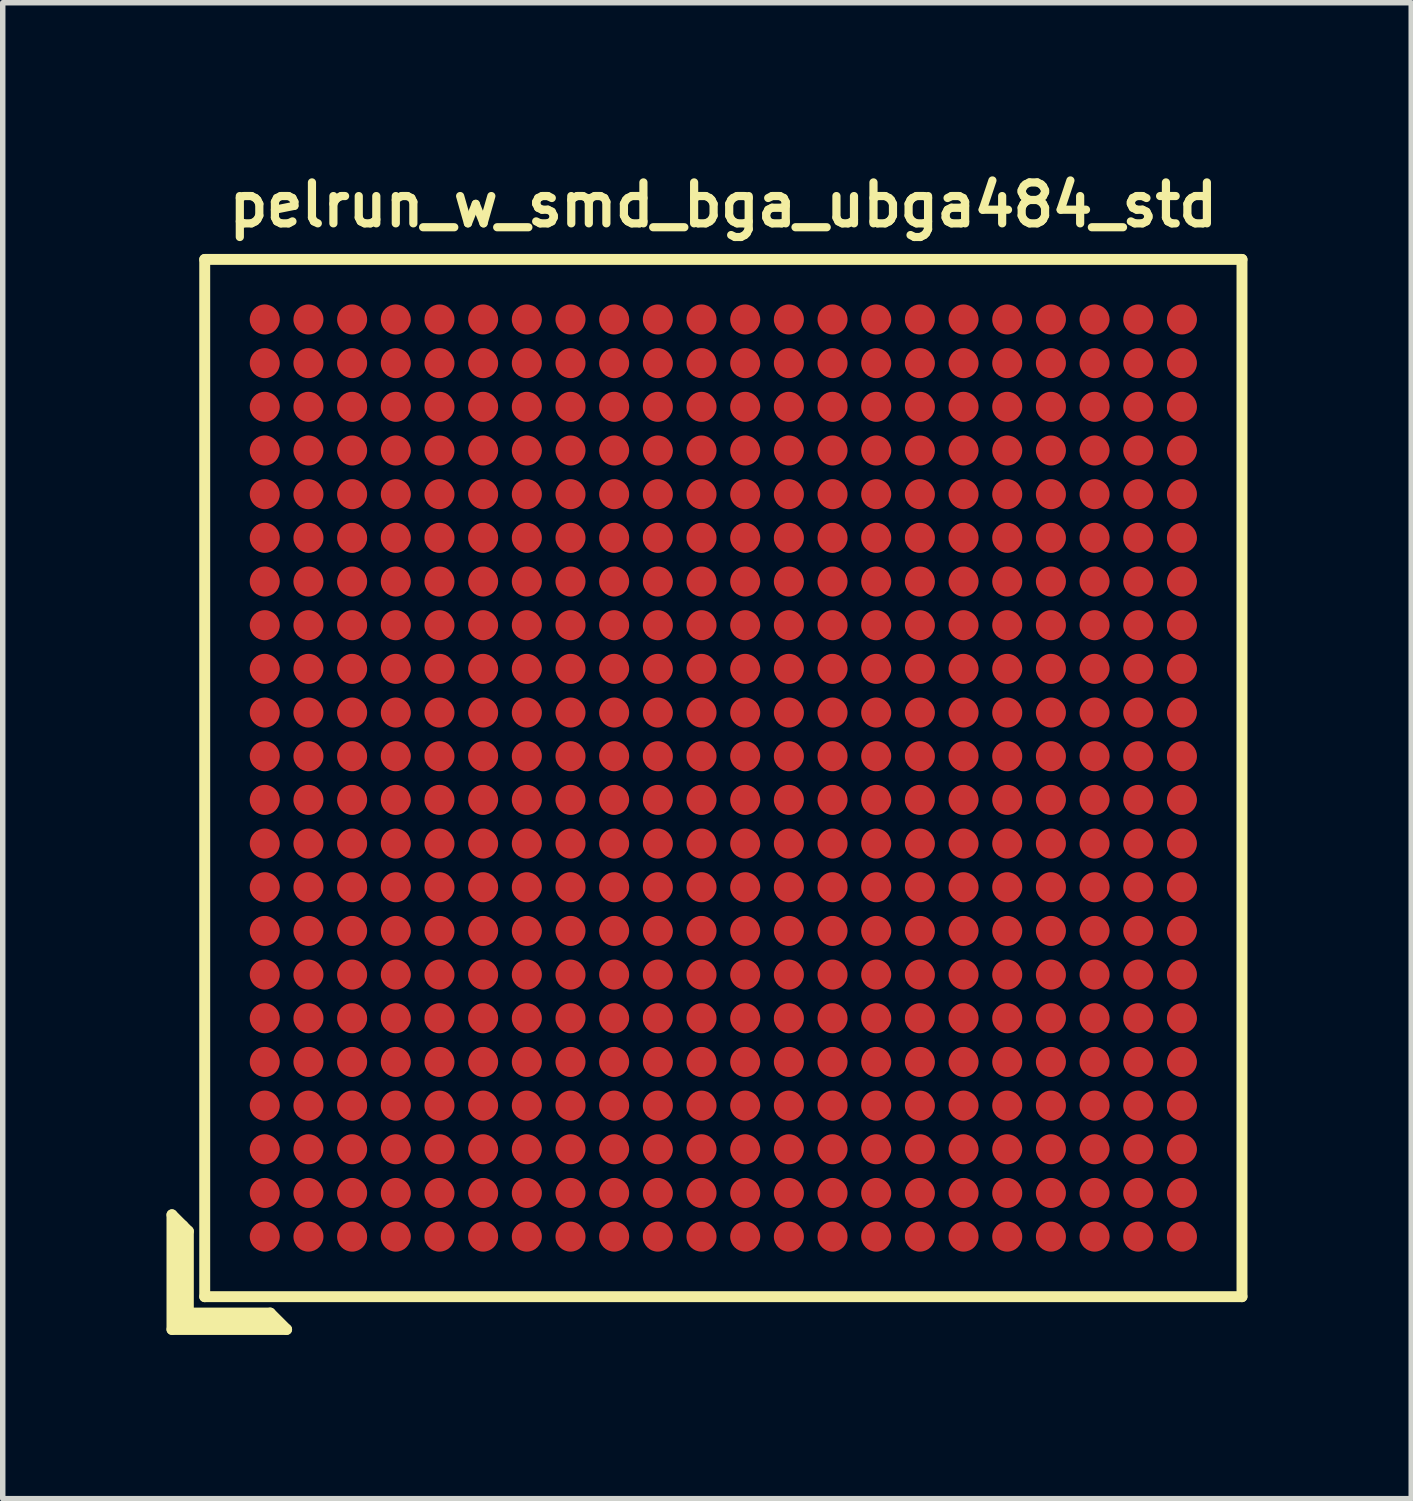
<source format=kicad_pcb>
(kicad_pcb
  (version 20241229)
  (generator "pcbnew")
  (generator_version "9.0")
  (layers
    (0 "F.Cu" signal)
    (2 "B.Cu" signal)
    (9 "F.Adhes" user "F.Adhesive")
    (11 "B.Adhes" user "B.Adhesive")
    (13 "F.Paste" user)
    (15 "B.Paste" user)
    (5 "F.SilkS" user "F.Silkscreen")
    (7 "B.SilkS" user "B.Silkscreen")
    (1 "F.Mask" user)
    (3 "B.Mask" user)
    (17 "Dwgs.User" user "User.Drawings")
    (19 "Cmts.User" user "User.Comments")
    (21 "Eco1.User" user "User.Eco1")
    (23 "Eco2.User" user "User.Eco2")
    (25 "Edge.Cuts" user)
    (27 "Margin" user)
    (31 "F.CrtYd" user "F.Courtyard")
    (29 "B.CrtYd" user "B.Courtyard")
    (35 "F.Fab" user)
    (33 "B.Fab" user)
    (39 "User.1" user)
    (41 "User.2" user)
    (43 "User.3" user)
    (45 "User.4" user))
  (footprint "pelrun_w_smd_bga_ubga484_std"
    (layer "F.Cu")
    (at 10.2 11.202)
    (property "Reference" "pelrun_w_smd_bga_ubga484_std" (at 0 -10.5 0) (layer "F.SilkS") (effects (font (size 0.75 0.75) (thickness 0.15))))
    (attr through_hole)
    (fp_line (start -10.1 8) (end -10.1 10.1) (stroke (width 0.2) (type solid)) (layer "F.SilkS"))
    (fp_line (start -10.1 10.1) (end -8 10.1) (stroke (width 0.2) (type solid)) (layer "F.SilkS"))
    (fp_line (start -10 10) (end -10 8.2) (stroke (width 0.2) (type solid)) (layer "F.SilkS"))
    (fp_line (start -9.9 8.2) (end -9.9 9.9) (stroke (width 0.2) (type solid)) (layer "F.SilkS"))
    (fp_line (start -9.9 9.9) (end -8.3 9.9) (stroke (width 0.2) (type solid)) (layer "F.SilkS"))
    (fp_line (start -9.8 8.3) (end -10.1 8) (stroke (width 0.2) (type solid)) (layer "F.SilkS"))
    (fp_line (start -9.8 8.3) (end -9.8 9.8) (stroke (width 0.2) (type solid)) (layer "F.SilkS"))
    (fp_line (start -9.8 9.8) (end -8.3 9.8) (stroke (width 0.2) (type solid)) (layer "F.SilkS"))
    (fp_line (start -9.5 -9.5) (end -9.5 9.5) (stroke (width 0.2) (type solid)) (layer "F.SilkS"))
    (fp_line (start -9.5 9.5) (end 9.5 9.5) (stroke (width 0.2) (type solid)) (layer "F.SilkS"))
    (fp_line (start -8.2 10) (end -10 10) (stroke (width 0.2) (type solid)) (layer "F.SilkS"))
    (fp_line (start -8 10.1) (end -8.3 9.8) (stroke (width 0.2) (type solid)) (layer "F.SilkS"))
    (fp_line (start 9.5 -9.5) (end -9.5 -9.5) (stroke (width 0.2) (type solid)) (layer "F.SilkS"))
    (fp_line (start 9.5 9.5) (end 9.5 -9.5) (stroke (width 0.2) (type solid)) (layer "F.SilkS"))
    (pad "A1" smd circle (at -8.4 8.4 90) (size 0.55 0.55) (layers "F.Cu" "F.Mask" "F.Paste"))
    (pad "A2" smd circle (at -8.4 7.6 90) (size 0.55 0.55) (layers "F.Cu" "F.Mask" "F.Paste"))
    (pad "A3" smd circle (at -8.4 6.8 90) (size 0.55 0.55) (layers "F.Cu" "F.Mask" "F.Paste"))
    (pad "A4" smd circle (at -8.4 6 90) (size 0.55 0.55) (layers "F.Cu" "F.Mask" "F.Paste"))
    (pad "A5" smd circle (at -8.4 5.2 90) (size 0.55 0.55) (layers "F.Cu" "F.Mask" "F.Paste"))
    (pad "A6" smd circle (at -8.4 4.4 90) (size 0.55 0.55) (layers "F.Cu" "F.Mask" "F.Paste"))
    (pad "A7" smd circle (at -8.4 3.6 90) (size 0.55 0.55) (layers "F.Cu" "F.Mask" "F.Paste"))
    (pad "A8" smd circle (at -8.4 2.8 90) (size 0.55 0.55) (layers "F.Cu" "F.Mask" "F.Paste"))
    (pad "A9" smd circle (at -8.4 2 90) (size 0.55 0.55) (layers "F.Cu" "F.Mask" "F.Paste"))
    (pad "A10" smd circle (at -8.4 1.2 90) (size 0.55 0.55) (layers "F.Cu" "F.Mask" "F.Paste"))
    (pad "A11" smd circle (at -8.4 0.4 90) (size 0.55 0.55) (layers "F.Cu" "F.Mask" "F.Paste"))
    (pad "A12" smd circle (at -8.4 -0.4 90) (size 0.55 0.55) (layers "F.Cu" "F.Mask" "F.Paste"))
    (pad "A13" smd circle (at -8.4 -1.2 90) (size 0.55 0.55) (layers "F.Cu" "F.Mask" "F.Paste"))
    (pad "A14" smd circle (at -8.4 -2 90) (size 0.55 0.55) (layers "F.Cu" "F.Mask" "F.Paste"))
    (pad "A15" smd circle (at -8.4 -2.8 90) (size 0.55 0.55) (layers "F.Cu" "F.Mask" "F.Paste"))
    (pad "A16" smd circle (at -8.4 -3.6 90) (size 0.55 0.55) (layers "F.Cu" "F.Mask" "F.Paste"))
    (pad "A17" smd circle (at -8.4 -4.4 90) (size 0.55 0.55) (layers "F.Cu" "F.Mask" "F.Paste"))
    (pad "A18" smd circle (at -8.4 -5.2 90) (size 0.55 0.55) (layers "F.Cu" "F.Mask" "F.Paste"))
    (pad "A19" smd circle (at -8.4 -6 90) (size 0.55 0.55) (layers "F.Cu" "F.Mask" "F.Paste"))
    (pad "A20" smd circle (at -8.4 -6.8 90) (size 0.55 0.55) (layers "F.Cu" "F.Mask" "F.Paste"))
    (pad "A21" smd circle (at -8.4 -7.6 90) (size 0.55 0.55) (layers "F.Cu" "F.Mask" "F.Paste"))
    (pad "A22" smd circle (at -8.4 -8.4 90) (size 0.55 0.55) (layers "F.Cu" "F.Mask" "F.Paste"))
    (pad "AA1" smd circle (at 7.6 8.4 90) (size 0.55 0.55) (layers "F.Cu" "F.Mask" "F.Paste"))
    (pad "AA2" smd circle (at 7.6 7.6 90) (size 0.55 0.55) (layers "F.Cu" "F.Mask" "F.Paste"))
    (pad "AA3" smd circle (at 7.6 6.8 90) (size 0.55 0.55) (layers "F.Cu" "F.Mask" "F.Paste"))
    (pad "AA4" smd circle (at 7.6 6 90) (size 0.55 0.55) (layers "F.Cu" "F.Mask" "F.Paste"))
    (pad "AA5" smd circle (at 7.6 5.2 90) (size 0.55 0.55) (layers "F.Cu" "F.Mask" "F.Paste"))
    (pad "AA6" smd circle (at 7.6 4.4 90) (size 0.55 0.55) (layers "F.Cu" "F.Mask" "F.Paste"))
    (pad "AA7" smd circle (at 7.6 3.6 90) (size 0.55 0.55) (layers "F.Cu" "F.Mask" "F.Paste"))
    (pad "AA8" smd circle (at 7.6 2.8 90) (size 0.55 0.55) (layers "F.Cu" "F.Mask" "F.Paste"))
    (pad "AA9" smd circle (at 7.6 2 90) (size 0.55 0.55) (layers "F.Cu" "F.Mask" "F.Paste"))
    (pad "AA10" smd circle (at 7.6 1.2 90) (size 0.55 0.55) (layers "F.Cu" "F.Mask" "F.Paste"))
    (pad "AA11" smd circle (at 7.6 0.4 90) (size 0.55 0.55) (layers "F.Cu" "F.Mask" "F.Paste"))
    (pad "AA12" smd circle (at 7.6 -0.4 90) (size 0.55 0.55) (layers "F.Cu" "F.Mask" "F.Paste"))
    (pad "AA13" smd circle (at 7.6 -1.2 90) (size 0.55 0.55) (layers "F.Cu" "F.Mask" "F.Paste"))
    (pad "AA14" smd circle (at 7.6 -2 90) (size 0.55 0.55) (layers "F.Cu" "F.Mask" "F.Paste"))
    (pad "AA15" smd circle (at 7.6 -2.8 90) (size 0.55 0.55) (layers "F.Cu" "F.Mask" "F.Paste"))
    (pad "AA16" smd circle (at 7.6 -3.6 90) (size 0.55 0.55) (layers "F.Cu" "F.Mask" "F.Paste"))
    (pad "AA17" smd circle (at 7.6 -4.4 90) (size 0.55 0.55) (layers "F.Cu" "F.Mask" "F.Paste"))
    (pad "AA18" smd circle (at 7.6 -5.2 90) (size 0.55 0.55) (layers "F.Cu" "F.Mask" "F.Paste"))
    (pad "AA19" smd circle (at 7.6 -6 90) (size 0.55 0.55) (layers "F.Cu" "F.Mask" "F.Paste"))
    (pad "AA20" smd circle (at 7.6 -6.8 90) (size 0.55 0.55) (layers "F.Cu" "F.Mask" "F.Paste"))
    (pad "AA21" smd circle (at 7.6 -7.6 90) (size 0.55 0.55) (layers "F.Cu" "F.Mask" "F.Paste"))
    (pad "AA22" smd circle (at 7.6 -8.4 90) (size 0.55 0.55) (layers "F.Cu" "F.Mask" "F.Paste"))
    (pad "AB1" smd circle (at 8.4 8.4 90) (size 0.55 0.55) (layers "F.Cu" "F.Mask" "F.Paste"))
    (pad "AB2" smd circle (at 8.4 7.6 90) (size 0.55 0.55) (layers "F.Cu" "F.Mask" "F.Paste"))
    (pad "AB3" smd circle (at 8.4 6.8 90) (size 0.55 0.55) (layers "F.Cu" "F.Mask" "F.Paste"))
    (pad "AB4" smd circle (at 8.4 6 90) (size 0.55 0.55) (layers "F.Cu" "F.Mask" "F.Paste"))
    (pad "AB5" smd circle (at 8.4 5.2 90) (size 0.55 0.55) (layers "F.Cu" "F.Mask" "F.Paste"))
    (pad "AB6" smd circle (at 8.4 4.4 90) (size 0.55 0.55) (layers "F.Cu" "F.Mask" "F.Paste"))
    (pad "AB7" smd circle (at 8.4 3.6 90) (size 0.55 0.55) (layers "F.Cu" "F.Mask" "F.Paste"))
    (pad "AB8" smd circle (at 8.4 2.8 90) (size 0.55 0.55) (layers "F.Cu" "F.Mask" "F.Paste"))
    (pad "AB9" smd circle (at 8.4 2 90) (size 0.55 0.55) (layers "F.Cu" "F.Mask" "F.Paste"))
    (pad "AB10" smd circle (at 8.4 1.2 90) (size 0.55 0.55) (layers "F.Cu" "F.Mask" "F.Paste"))
    (pad "AB11" smd circle (at 8.4 0.4 90) (size 0.55 0.55) (layers "F.Cu" "F.Mask" "F.Paste"))
    (pad "AB12" smd circle (at 8.4 -0.4 90) (size 0.55 0.55) (layers "F.Cu" "F.Mask" "F.Paste"))
    (pad "AB13" smd circle (at 8.4 -1.2 90) (size 0.55 0.55) (layers "F.Cu" "F.Mask" "F.Paste"))
    (pad "AB14" smd circle (at 8.4 -2 90) (size 0.55 0.55) (layers "F.Cu" "F.Mask" "F.Paste"))
    (pad "AB15" smd circle (at 8.4 -2.8 90) (size 0.55 0.55) (layers "F.Cu" "F.Mask" "F.Paste"))
    (pad "AB16" smd circle (at 8.4 -3.6 90) (size 0.55 0.55) (layers "F.Cu" "F.Mask" "F.Paste"))
    (pad "AB17" smd circle (at 8.4 -4.4 90) (size 0.55 0.55) (layers "F.Cu" "F.Mask" "F.Paste"))
    (pad "AB18" smd circle (at 8.4 -5.2 90) (size 0.55 0.55) (layers "F.Cu" "F.Mask" "F.Paste"))
    (pad "AB19" smd circle (at 8.4 -6 90) (size 0.55 0.55) (layers "F.Cu" "F.Mask" "F.Paste"))
    (pad "AB20" smd circle (at 8.4 -6.8 90) (size 0.55 0.55) (layers "F.Cu" "F.Mask" "F.Paste"))
    (pad "AB21" smd circle (at 8.4 -7.6 90) (size 0.55 0.55) (layers "F.Cu" "F.Mask" "F.Paste"))
    (pad "AB22" smd circle (at 8.4 -8.4 90) (size 0.55 0.55) (layers "F.Cu" "F.Mask" "F.Paste"))
    (pad "B1" smd circle (at -7.6 8.4 90) (size 0.55 0.55) (layers "F.Cu" "F.Mask" "F.Paste"))
    (pad "B2" smd circle (at -7.6 7.6 90) (size 0.55 0.55) (layers "F.Cu" "F.Mask" "F.Paste"))
    (pad "B3" smd circle (at -7.6 6.8 90) (size 0.55 0.55) (layers "F.Cu" "F.Mask" "F.Paste"))
    (pad "B4" smd circle (at -7.6 6 90) (size 0.55 0.55) (layers "F.Cu" "F.Mask" "F.Paste"))
    (pad "B5" smd circle (at -7.6 5.2 90) (size 0.55 0.55) (layers "F.Cu" "F.Mask" "F.Paste"))
    (pad "B6" smd circle (at -7.6 4.4 90) (size 0.55 0.55) (layers "F.Cu" "F.Mask" "F.Paste"))
    (pad "B7" smd circle (at -7.6 3.6 90) (size 0.55 0.55) (layers "F.Cu" "F.Mask" "F.Paste"))
    (pad "B8" smd circle (at -7.6 2.8 90) (size 0.55 0.55) (layers "F.Cu" "F.Mask" "F.Paste"))
    (pad "B9" smd circle (at -7.6 2 90) (size 0.55 0.55) (layers "F.Cu" "F.Mask" "F.Paste"))
    (pad "B10" smd circle (at -7.6 1.2 90) (size 0.55 0.55) (layers "F.Cu" "F.Mask" "F.Paste"))
    (pad "B11" smd circle (at -7.6 0.4 90) (size 0.55 0.55) (layers "F.Cu" "F.Mask" "F.Paste"))
    (pad "B12" smd circle (at -7.6 -0.4 90) (size 0.55 0.55) (layers "F.Cu" "F.Mask" "F.Paste"))
    (pad "B13" smd circle (at -7.6 -1.2 90) (size 0.55 0.55) (layers "F.Cu" "F.Mask" "F.Paste"))
    (pad "B14" smd circle (at -7.6 -2 90) (size 0.55 0.55) (layers "F.Cu" "F.Mask" "F.Paste"))
    (pad "B15" smd circle (at -7.6 -2.8 90) (size 0.55 0.55) (layers "F.Cu" "F.Mask" "F.Paste"))
    (pad "B16" smd circle (at -7.6 -3.6 90) (size 0.55 0.55) (layers "F.Cu" "F.Mask" "F.Paste"))
    (pad "B17" smd circle (at -7.6 -4.4 90) (size 0.55 0.55) (layers "F.Cu" "F.Mask" "F.Paste"))
    (pad "B18" smd circle (at -7.6 -5.2 90) (size 0.55 0.55) (layers "F.Cu" "F.Mask" "F.Paste"))
    (pad "B19" smd circle (at -7.6 -6 90) (size 0.55 0.55) (layers "F.Cu" "F.Mask" "F.Paste"))
    (pad "B20" smd circle (at -7.6 -6.8 90) (size 0.55 0.55) (layers "F.Cu" "F.Mask" "F.Paste"))
    (pad "B21" smd circle (at -7.6 -7.6 90) (size 0.55 0.55) (layers "F.Cu" "F.Mask" "F.Paste"))
    (pad "B22" smd circle (at -7.6 -8.4 90) (size 0.55 0.55) (layers "F.Cu" "F.Mask" "F.Paste"))
    (pad "C1" smd circle (at -6.8 8.4 90) (size 0.55 0.55) (layers "F.Cu" "F.Mask" "F.Paste"))
    (pad "C2" smd circle (at -6.8 7.6 90) (size 0.55 0.55) (layers "F.Cu" "F.Mask" "F.Paste"))
    (pad "C3" smd circle (at -6.8 6.8 90) (size 0.55 0.55) (layers "F.Cu" "F.Mask" "F.Paste"))
    (pad "C4" smd circle (at -6.8 6 90) (size 0.55 0.55) (layers "F.Cu" "F.Mask" "F.Paste"))
    (pad "C5" smd circle (at -6.8 5.2 90) (size 0.55 0.55) (layers "F.Cu" "F.Mask" "F.Paste"))
    (pad "C6" smd circle (at -6.8 4.4 90) (size 0.55 0.55) (layers "F.Cu" "F.Mask" "F.Paste"))
    (pad "C7" smd circle (at -6.8 3.6 90) (size 0.55 0.55) (layers "F.Cu" "F.Mask" "F.Paste"))
    (pad "C8" smd circle (at -6.8 2.8 90) (size 0.55 0.55) (layers "F.Cu" "F.Mask" "F.Paste"))
    (pad "C9" smd circle (at -6.8 2 90) (size 0.55 0.55) (layers "F.Cu" "F.Mask" "F.Paste"))
    (pad "C10" smd circle (at -6.8 1.2 90) (size 0.55 0.55) (layers "F.Cu" "F.Mask" "F.Paste"))
    (pad "C11" smd circle (at -6.8 0.4 90) (size 0.55 0.55) (layers "F.Cu" "F.Mask" "F.Paste"))
    (pad "C12" smd circle (at -6.8 -0.4 90) (size 0.55 0.55) (layers "F.Cu" "F.Mask" "F.Paste"))
    (pad "C13" smd circle (at -6.8 -1.2 90) (size 0.55 0.55) (layers "F.Cu" "F.Mask" "F.Paste"))
    (pad "C14" smd circle (at -6.8 -2 90) (size 0.55 0.55) (layers "F.Cu" "F.Mask" "F.Paste"))
    (pad "C15" smd circle (at -6.8 -2.8 90) (size 0.55 0.55) (layers "F.Cu" "F.Mask" "F.Paste"))
    (pad "C16" smd circle (at -6.8 -3.6 90) (size 0.55 0.55) (layers "F.Cu" "F.Mask" "F.Paste"))
    (pad "C17" smd circle (at -6.8 -4.4 90) (size 0.55 0.55) (layers "F.Cu" "F.Mask" "F.Paste"))
    (pad "C18" smd circle (at -6.8 -5.2 90) (size 0.55 0.55) (layers "F.Cu" "F.Mask" "F.Paste"))
    (pad "C19" smd circle (at -6.8 -6 90) (size 0.55 0.55) (layers "F.Cu" "F.Mask" "F.Paste"))
    (pad "C20" smd circle (at -6.8 -6.8 90) (size 0.55 0.55) (layers "F.Cu" "F.Mask" "F.Paste"))
    (pad "C21" smd circle (at -6.8 -7.6 90) (size 0.55 0.55) (layers "F.Cu" "F.Mask" "F.Paste"))
    (pad "C22" smd circle (at -6.8 -8.4 90) (size 0.55 0.55) (layers "F.Cu" "F.Mask" "F.Paste"))
    (pad "D1" smd circle (at -6 8.4 90) (size 0.55 0.55) (layers "F.Cu" "F.Mask" "F.Paste"))
    (pad "D2" smd circle (at -6 7.6 90) (size 0.55 0.55) (layers "F.Cu" "F.Mask" "F.Paste"))
    (pad "D3" smd circle (at -6 6.8 90) (size 0.55 0.55) (layers "F.Cu" "F.Mask" "F.Paste"))
    (pad "D4" smd circle (at -6 6 90) (size 0.55 0.55) (layers "F.Cu" "F.Mask" "F.Paste"))
    (pad "D5" smd circle (at -6 5.2 90) (size 0.55 0.55) (layers "F.Cu" "F.Mask" "F.Paste"))
    (pad "D6" smd circle (at -6 4.4 90) (size 0.55 0.55) (layers "F.Cu" "F.Mask" "F.Paste"))
    (pad "D7" smd circle (at -6 3.6 90) (size 0.55 0.55) (layers "F.Cu" "F.Mask" "F.Paste"))
    (pad "D8" smd circle (at -6 2.8 90) (size 0.55 0.55) (layers "F.Cu" "F.Mask" "F.Paste"))
    (pad "D9" smd circle (at -6 2 90) (size 0.55 0.55) (layers "F.Cu" "F.Mask" "F.Paste"))
    (pad "D10" smd circle (at -6 1.2 90) (size 0.55 0.55) (layers "F.Cu" "F.Mask" "F.Paste"))
    (pad "D11" smd circle (at -6 0.4 90) (size 0.55 0.55) (layers "F.Cu" "F.Mask" "F.Paste"))
    (pad "D12" smd circle (at -6 -0.4 90) (size 0.55 0.55) (layers "F.Cu" "F.Mask" "F.Paste"))
    (pad "D13" smd circle (at -6 -1.2 90) (size 0.55 0.55) (layers "F.Cu" "F.Mask" "F.Paste"))
    (pad "D14" smd circle (at -6 -2 90) (size 0.55 0.55) (layers "F.Cu" "F.Mask" "F.Paste"))
    (pad "D15" smd circle (at -6 -2.8 90) (size 0.55 0.55) (layers "F.Cu" "F.Mask" "F.Paste"))
    (pad "D16" smd circle (at -6 -3.6 90) (size 0.55 0.55) (layers "F.Cu" "F.Mask" "F.Paste"))
    (pad "D17" smd circle (at -6 -4.4 90) (size 0.55 0.55) (layers "F.Cu" "F.Mask" "F.Paste"))
    (pad "D18" smd circle (at -6 -5.2 90) (size 0.55 0.55) (layers "F.Cu" "F.Mask" "F.Paste"))
    (pad "D19" smd circle (at -6 -6 90) (size 0.55 0.55) (layers "F.Cu" "F.Mask" "F.Paste"))
    (pad "D20" smd circle (at -6 -6.8 90) (size 0.55 0.55) (layers "F.Cu" "F.Mask" "F.Paste"))
    (pad "D21" smd circle (at -6 -7.6 90) (size 0.55 0.55) (layers "F.Cu" "F.Mask" "F.Paste"))
    (pad "D22" smd circle (at -6 -8.4 90) (size 0.55 0.55) (layers "F.Cu" "F.Mask" "F.Paste"))
    (pad "E1" smd circle (at -5.2 8.4 90) (size 0.55 0.55) (layers "F.Cu" "F.Mask" "F.Paste"))
    (pad "E2" smd circle (at -5.2 7.6 90) (size 0.55 0.55) (layers "F.Cu" "F.Mask" "F.Paste"))
    (pad "E3" smd circle (at -5.2 6.8 90) (size 0.55 0.55) (layers "F.Cu" "F.Mask" "F.Paste"))
    (pad "E4" smd circle (at -5.2 6 90) (size 0.55 0.55) (layers "F.Cu" "F.Mask" "F.Paste"))
    (pad "E5" smd circle (at -5.2 5.2 90) (size 0.55 0.55) (layers "F.Cu" "F.Mask" "F.Paste"))
    (pad "E6" smd circle (at -5.2 4.4 90) (size 0.55 0.55) (layers "F.Cu" "F.Mask" "F.Paste"))
    (pad "E7" smd circle (at -5.2 3.6 90) (size 0.55 0.55) (layers "F.Cu" "F.Mask" "F.Paste"))
    (pad "E8" smd circle (at -5.2 2.8 90) (size 0.55 0.55) (layers "F.Cu" "F.Mask" "F.Paste"))
    (pad "E9" smd circle (at -5.2 2 90) (size 0.55 0.55) (layers "F.Cu" "F.Mask" "F.Paste"))
    (pad "E10" smd circle (at -5.2 1.2 90) (size 0.55 0.55) (layers "F.Cu" "F.Mask" "F.Paste"))
    (pad "E11" smd circle (at -5.2 0.4 90) (size 0.55 0.55) (layers "F.Cu" "F.Mask" "F.Paste"))
    (pad "E12" smd circle (at -5.2 -0.4 90) (size 0.55 0.55) (layers "F.Cu" "F.Mask" "F.Paste"))
    (pad "E13" smd circle (at -5.2 -1.2 90) (size 0.55 0.55) (layers "F.Cu" "F.Mask" "F.Paste"))
    (pad "E14" smd circle (at -5.2 -2 90) (size 0.55 0.55) (layers "F.Cu" "F.Mask" "F.Paste"))
    (pad "E15" smd circle (at -5.2 -2.8 90) (size 0.55 0.55) (layers "F.Cu" "F.Mask" "F.Paste"))
    (pad "E16" smd circle (at -5.2 -3.6 90) (size 0.55 0.55) (layers "F.Cu" "F.Mask" "F.Paste"))
    (pad "E17" smd circle (at -5.2 -4.4 90) (size 0.55 0.55) (layers "F.Cu" "F.Mask" "F.Paste"))
    (pad "E18" smd circle (at -5.2 -5.2 90) (size 0.55 0.55) (layers "F.Cu" "F.Mask" "F.Paste"))
    (pad "E19" smd circle (at -5.2 -6 90) (size 0.55 0.55) (layers "F.Cu" "F.Mask" "F.Paste"))
    (pad "E20" smd circle (at -5.2 -6.8 90) (size 0.55 0.55) (layers "F.Cu" "F.Mask" "F.Paste"))
    (pad "E21" smd circle (at -5.2 -7.6 90) (size 0.55 0.55) (layers "F.Cu" "F.Mask" "F.Paste"))
    (pad "E22" smd circle (at -5.2 -8.4 90) (size 0.55 0.55) (layers "F.Cu" "F.Mask" "F.Paste"))
    (pad "F1" smd circle (at -4.4 8.4 90) (size 0.55 0.55) (layers "F.Cu" "F.Mask" "F.Paste"))
    (pad "F2" smd circle (at -4.4 7.6 90) (size 0.55 0.55) (layers "F.Cu" "F.Mask" "F.Paste"))
    (pad "F3" smd circle (at -4.4 6.8 90) (size 0.55 0.55) (layers "F.Cu" "F.Mask" "F.Paste"))
    (pad "F4" smd circle (at -4.4 6 90) (size 0.55 0.55) (layers "F.Cu" "F.Mask" "F.Paste"))
    (pad "F5" smd circle (at -4.4 5.2 90) (size 0.55 0.55) (layers "F.Cu" "F.Mask" "F.Paste"))
    (pad "F6" smd circle (at -4.4 4.4 90) (size 0.55 0.55) (layers "F.Cu" "F.Mask" "F.Paste"))
    (pad "F7" smd circle (at -4.4 3.6 90) (size 0.55 0.55) (layers "F.Cu" "F.Mask" "F.Paste"))
    (pad "F8" smd circle (at -4.4 2.8 90) (size 0.55 0.55) (layers "F.Cu" "F.Mask" "F.Paste"))
    (pad "F9" smd circle (at -4.4 2 90) (size 0.55 0.55) (layers "F.Cu" "F.Mask" "F.Paste"))
    (pad "F10" smd circle (at -4.4 1.2 90) (size 0.55 0.55) (layers "F.Cu" "F.Mask" "F.Paste"))
    (pad "F11" smd circle (at -4.4 0.4 90) (size 0.55 0.55) (layers "F.Cu" "F.Mask" "F.Paste"))
    (pad "F12" smd circle (at -4.4 -0.4 90) (size 0.55 0.55) (layers "F.Cu" "F.Mask" "F.Paste"))
    (pad "F13" smd circle (at -4.4 -1.2 90) (size 0.55 0.55) (layers "F.Cu" "F.Mask" "F.Paste"))
    (pad "F14" smd circle (at -4.4 -2 90) (size 0.55 0.55) (layers "F.Cu" "F.Mask" "F.Paste"))
    (pad "F15" smd circle (at -4.4 -2.8 90) (size 0.55 0.55) (layers "F.Cu" "F.Mask" "F.Paste"))
    (pad "F16" smd circle (at -4.4 -3.6 90) (size 0.55 0.55) (layers "F.Cu" "F.Mask" "F.Paste"))
    (pad "F17" smd circle (at -4.4 -4.4 90) (size 0.55 0.55) (layers "F.Cu" "F.Mask" "F.Paste"))
    (pad "F18" smd circle (at -4.4 -5.2 90) (size 0.55 0.55) (layers "F.Cu" "F.Mask" "F.Paste"))
    (pad "F19" smd circle (at -4.4 -6 90) (size 0.55 0.55) (layers "F.Cu" "F.Mask" "F.Paste"))
    (pad "F20" smd circle (at -4.4 -6.8 90) (size 0.55 0.55) (layers "F.Cu" "F.Mask" "F.Paste"))
    (pad "F21" smd circle (at -4.4 -7.6 90) (size 0.55 0.55) (layers "F.Cu" "F.Mask" "F.Paste"))
    (pad "F22" smd circle (at -4.4 -8.4 90) (size 0.55 0.55) (layers "F.Cu" "F.Mask" "F.Paste"))
    (pad "G1" smd circle (at -3.6 8.4 90) (size 0.55 0.55) (layers "F.Cu" "F.Mask" "F.Paste"))
    (pad "G2" smd circle (at -3.6 7.6 90) (size 0.55 0.55) (layers "F.Cu" "F.Mask" "F.Paste"))
    (pad "G3" smd circle (at -3.6 6.8 90) (size 0.55 0.55) (layers "F.Cu" "F.Mask" "F.Paste"))
    (pad "G4" smd circle (at -3.6 6 90) (size 0.55 0.55) (layers "F.Cu" "F.Mask" "F.Paste"))
    (pad "G5" smd circle (at -3.6 5.2 90) (size 0.55 0.55) (layers "F.Cu" "F.Mask" "F.Paste"))
    (pad "G6" smd circle (at -3.6 4.4 90) (size 0.55 0.55) (layers "F.Cu" "F.Mask" "F.Paste"))
    (pad "G7" smd circle (at -3.6 3.6 90) (size 0.55 0.55) (layers "F.Cu" "F.Mask" "F.Paste"))
    (pad "G8" smd circle (at -3.6 2.8 90) (size 0.55 0.55) (layers "F.Cu" "F.Mask" "F.Paste"))
    (pad "G9" smd circle (at -3.6 2 90) (size 0.55 0.55) (layers "F.Cu" "F.Mask" "F.Paste"))
    (pad "G10" smd circle (at -3.6 1.2 90) (size 0.55 0.55) (layers "F.Cu" "F.Mask" "F.Paste"))
    (pad "G11" smd circle (at -3.6 0.4 90) (size 0.55 0.55) (layers "F.Cu" "F.Mask" "F.Paste"))
    (pad "G12" smd circle (at -3.6 -0.4 90) (size 0.55 0.55) (layers "F.Cu" "F.Mask" "F.Paste"))
    (pad "G13" smd circle (at -3.6 -1.2 90) (size 0.55 0.55) (layers "F.Cu" "F.Mask" "F.Paste"))
    (pad "G14" smd circle (at -3.6 -2 90) (size 0.55 0.55) (layers "F.Cu" "F.Mask" "F.Paste"))
    (pad "G15" smd circle (at -3.6 -2.8 90) (size 0.55 0.55) (layers "F.Cu" "F.Mask" "F.Paste"))
    (pad "G16" smd circle (at -3.6 -3.6 90) (size 0.55 0.55) (layers "F.Cu" "F.Mask" "F.Paste"))
    (pad "G17" smd circle (at -3.6 -4.4 90) (size 0.55 0.55) (layers "F.Cu" "F.Mask" "F.Paste"))
    (pad "G18" smd circle (at -3.6 -5.2 90) (size 0.55 0.55) (layers "F.Cu" "F.Mask" "F.Paste"))
    (pad "G19" smd circle (at -3.6 -6 90) (size 0.55 0.55) (layers "F.Cu" "F.Mask" "F.Paste"))
    (pad "G20" smd circle (at -3.6 -6.8 90) (size 0.55 0.55) (layers "F.Cu" "F.Mask" "F.Paste"))
    (pad "G21" smd circle (at -3.6 -7.6 90) (size 0.55 0.55) (layers "F.Cu" "F.Mask" "F.Paste"))
    (pad "G22" smd circle (at -3.6 -8.4 90) (size 0.55 0.55) (layers "F.Cu" "F.Mask" "F.Paste"))
    (pad "H1" smd circle (at -2.8 8.4 90) (size 0.55 0.55) (layers "F.Cu" "F.Mask" "F.Paste"))
    (pad "H2" smd circle (at -2.8 7.6 90) (size 0.55 0.55) (layers "F.Cu" "F.Mask" "F.Paste"))
    (pad "H3" smd circle (at -2.8 6.8 90) (size 0.55 0.55) (layers "F.Cu" "F.Mask" "F.Paste"))
    (pad "H4" smd circle (at -2.8 6 90) (size 0.55 0.55) (layers "F.Cu" "F.Mask" "F.Paste"))
    (pad "H5" smd circle (at -2.8 5.2 90) (size 0.55 0.55) (layers "F.Cu" "F.Mask" "F.Paste"))
    (pad "H6" smd circle (at -2.8 4.4 90) (size 0.55 0.55) (layers "F.Cu" "F.Mask" "F.Paste"))
    (pad "H7" smd circle (at -2.8 3.6 90) (size 0.55 0.55) (layers "F.Cu" "F.Mask" "F.Paste"))
    (pad "H8" smd circle (at -2.8 2.8 90) (size 0.55 0.55) (layers "F.Cu" "F.Mask" "F.Paste"))
    (pad "H9" smd circle (at -2.8 2 90) (size 0.55 0.55) (layers "F.Cu" "F.Mask" "F.Paste"))
    (pad "H10" smd circle (at -2.8 1.2 90) (size 0.55 0.55) (layers "F.Cu" "F.Mask" "F.Paste"))
    (pad "H11" smd circle (at -2.8 0.4 90) (size 0.55 0.55) (layers "F.Cu" "F.Mask" "F.Paste"))
    (pad "H12" smd circle (at -2.8 -0.4 90) (size 0.55 0.55) (layers "F.Cu" "F.Mask" "F.Paste"))
    (pad "H13" smd circle (at -2.8 -1.2 90) (size 0.55 0.55) (layers "F.Cu" "F.Mask" "F.Paste"))
    (pad "H14" smd circle (at -2.8 -2 90) (size 0.55 0.55) (layers "F.Cu" "F.Mask" "F.Paste"))
    (pad "H15" smd circle (at -2.8 -2.8 90) (size 0.55 0.55) (layers "F.Cu" "F.Mask" "F.Paste"))
    (pad "H16" smd circle (at -2.8 -3.6 90) (size 0.55 0.55) (layers "F.Cu" "F.Mask" "F.Paste"))
    (pad "H17" smd circle (at -2.8 -4.4 90) (size 0.55 0.55) (layers "F.Cu" "F.Mask" "F.Paste"))
    (pad "H18" smd circle (at -2.8 -5.2 90) (size 0.55 0.55) (layers "F.Cu" "F.Mask" "F.Paste"))
    (pad "H19" smd circle (at -2.8 -6 90) (size 0.55 0.55) (layers "F.Cu" "F.Mask" "F.Paste"))
    (pad "H20" smd circle (at -2.8 -6.8 90) (size 0.55 0.55) (layers "F.Cu" "F.Mask" "F.Paste"))
    (pad "H21" smd circle (at -2.8 -7.6 90) (size 0.55 0.55) (layers "F.Cu" "F.Mask" "F.Paste"))
    (pad "H22" smd circle (at -2.8 -8.4 90) (size 0.55 0.55) (layers "F.Cu" "F.Mask" "F.Paste"))
    (pad "J1" smd circle (at -2 8.4 90) (size 0.55 0.55) (layers "F.Cu" "F.Mask" "F.Paste"))
    (pad "J2" smd circle (at -2 7.6 90) (size 0.55 0.55) (layers "F.Cu" "F.Mask" "F.Paste"))
    (pad "J3" smd circle (at -2 6.8 90) (size 0.55 0.55) (layers "F.Cu" "F.Mask" "F.Paste"))
    (pad "J4" smd circle (at -2 6 90) (size 0.55 0.55) (layers "F.Cu" "F.Mask" "F.Paste"))
    (pad "J5" smd circle (at -2 5.2 90) (size 0.55 0.55) (layers "F.Cu" "F.Mask" "F.Paste"))
    (pad "J6" smd circle (at -2 4.4 90) (size 0.55 0.55) (layers "F.Cu" "F.Mask" "F.Paste"))
    (pad "J7" smd circle (at -2 3.6 90) (size 0.55 0.55) (layers "F.Cu" "F.Mask" "F.Paste"))
    (pad "J8" smd circle (at -2 2.8 90) (size 0.55 0.55) (layers "F.Cu" "F.Mask" "F.Paste"))
    (pad "J9" smd circle (at -2 2 90) (size 0.55 0.55) (layers "F.Cu" "F.Mask" "F.Paste"))
    (pad "J10" smd circle (at -2 1.2 90) (size 0.55 0.55) (layers "F.Cu" "F.Mask" "F.Paste"))
    (pad "J11" smd circle (at -2 0.4 90) (size 0.55 0.55) (layers "F.Cu" "F.Mask" "F.Paste"))
    (pad "J12" smd circle (at -2 -0.4 90) (size 0.55 0.55) (layers "F.Cu" "F.Mask" "F.Paste"))
    (pad "J13" smd circle (at -2 -1.2 90) (size 0.55 0.55) (layers "F.Cu" "F.Mask" "F.Paste"))
    (pad "J14" smd circle (at -2 -2 90) (size 0.55 0.55) (layers "F.Cu" "F.Mask" "F.Paste"))
    (pad "J15" smd circle (at -2 -2.8 90) (size 0.55 0.55) (layers "F.Cu" "F.Mask" "F.Paste"))
    (pad "J16" smd circle (at -2 -3.6 90) (size 0.55 0.55) (layers "F.Cu" "F.Mask" "F.Paste"))
    (pad "J17" smd circle (at -2 -4.4 90) (size 0.55 0.55) (layers "F.Cu" "F.Mask" "F.Paste"))
    (pad "J18" smd circle (at -2 -5.2 90) (size 0.55 0.55) (layers "F.Cu" "F.Mask" "F.Paste"))
    (pad "J19" smd circle (at -2 -6 90) (size 0.55 0.55) (layers "F.Cu" "F.Mask" "F.Paste"))
    (pad "J20" smd circle (at -2 -6.8 90) (size 0.55 0.55) (layers "F.Cu" "F.Mask" "F.Paste"))
    (pad "J21" smd circle (at -2 -7.6 90) (size 0.55 0.55) (layers "F.Cu" "F.Mask" "F.Paste"))
    (pad "J22" smd circle (at -2 -8.4 90) (size 0.55 0.55) (layers "F.Cu" "F.Mask" "F.Paste"))
    (pad "K1" smd circle (at -1.2 8.4 90) (size 0.55 0.55) (layers "F.Cu" "F.Mask" "F.Paste"))
    (pad "K2" smd circle (at -1.2 7.6 90) (size 0.55 0.55) (layers "F.Cu" "F.Mask" "F.Paste"))
    (pad "K3" smd circle (at -1.2 6.8 90) (size 0.55 0.55) (layers "F.Cu" "F.Mask" "F.Paste"))
    (pad "K4" smd circle (at -1.2 6 90) (size 0.55 0.55) (layers "F.Cu" "F.Mask" "F.Paste"))
    (pad "K5" smd circle (at -1.2 5.2 90) (size 0.55 0.55) (layers "F.Cu" "F.Mask" "F.Paste"))
    (pad "K6" smd circle (at -1.2 4.4 90) (size 0.55 0.55) (layers "F.Cu" "F.Mask" "F.Paste"))
    (pad "K7" smd circle (at -1.2 3.6 90) (size 0.55 0.55) (layers "F.Cu" "F.Mask" "F.Paste"))
    (pad "K8" smd circle (at -1.2 2.8 90) (size 0.55 0.55) (layers "F.Cu" "F.Mask" "F.Paste"))
    (pad "K9" smd circle (at -1.2 2 90) (size 0.55 0.55) (layers "F.Cu" "F.Mask" "F.Paste"))
    (pad "K10" smd circle (at -1.2 1.2 90) (size 0.55 0.55) (layers "F.Cu" "F.Mask" "F.Paste"))
    (pad "K11" smd circle (at -1.2 0.4 90) (size 0.55 0.55) (layers "F.Cu" "F.Mask" "F.Paste"))
    (pad "K12" smd circle (at -1.2 -0.4 90) (size 0.55 0.55) (layers "F.Cu" "F.Mask" "F.Paste"))
    (pad "K13" smd circle (at -1.2 -1.2 90) (size 0.55 0.55) (layers "F.Cu" "F.Mask" "F.Paste"))
    (pad "K14" smd circle (at -1.2 -2 90) (size 0.55 0.55) (layers "F.Cu" "F.Mask" "F.Paste"))
    (pad "K15" smd circle (at -1.2 -2.8 90) (size 0.55 0.55) (layers "F.Cu" "F.Mask" "F.Paste"))
    (pad "K16" smd circle (at -1.2 -3.6 90) (size 0.55 0.55) (layers "F.Cu" "F.Mask" "F.Paste"))
    (pad "K17" smd circle (at -1.2 -4.4 90) (size 0.55 0.55) (layers "F.Cu" "F.Mask" "F.Paste"))
    (pad "K18" smd circle (at -1.2 -5.2 90) (size 0.55 0.55) (layers "F.Cu" "F.Mask" "F.Paste"))
    (pad "K19" smd circle (at -1.2 -6 90) (size 0.55 0.55) (layers "F.Cu" "F.Mask" "F.Paste"))
    (pad "K20" smd circle (at -1.2 -6.8 90) (size 0.55 0.55) (layers "F.Cu" "F.Mask" "F.Paste"))
    (pad "K21" smd circle (at -1.2 -7.6 90) (size 0.55 0.55) (layers "F.Cu" "F.Mask" "F.Paste"))
    (pad "K22" smd circle (at -1.2 -8.4 90) (size 0.55 0.55) (layers "F.Cu" "F.Mask" "F.Paste"))
    (pad "L1" smd circle (at -0.4 8.4 90) (size 0.55 0.55) (layers "F.Cu" "F.Mask" "F.Paste"))
    (pad "L2" smd circle (at -0.4 7.6 90) (size 0.55 0.55) (layers "F.Cu" "F.Mask" "F.Paste"))
    (pad "L3" smd circle (at -0.4 6.8 90) (size 0.55 0.55) (layers "F.Cu" "F.Mask" "F.Paste"))
    (pad "L4" smd circle (at -0.4 6 90) (size 0.55 0.55) (layers "F.Cu" "F.Mask" "F.Paste"))
    (pad "L5" smd circle (at -0.4 5.2 90) (size 0.55 0.55) (layers "F.Cu" "F.Mask" "F.Paste"))
    (pad "L6" smd circle (at -0.4 4.4 90) (size 0.55 0.55) (layers "F.Cu" "F.Mask" "F.Paste"))
    (pad "L7" smd circle (at -0.4 3.6 90) (size 0.55 0.55) (layers "F.Cu" "F.Mask" "F.Paste"))
    (pad "L8" smd circle (at -0.4 2.8 90) (size 0.55 0.55) (layers "F.Cu" "F.Mask" "F.Paste"))
    (pad "L9" smd circle (at -0.4 2 90) (size 0.55 0.55) (layers "F.Cu" "F.Mask" "F.Paste"))
    (pad "L10" smd circle (at -0.4 1.2 90) (size 0.55 0.55) (layers "F.Cu" "F.Mask" "F.Paste"))
    (pad "L11" smd circle (at -0.4 0.4 90) (size 0.55 0.55) (layers "F.Cu" "F.Mask" "F.Paste"))
    (pad "L12" smd circle (at -0.4 -0.4 90) (size 0.55 0.55) (layers "F.Cu" "F.Mask" "F.Paste"))
    (pad "L13" smd circle (at -0.4 -1.2 90) (size 0.55 0.55) (layers "F.Cu" "F.Mask" "F.Paste"))
    (pad "L14" smd circle (at -0.4 -2 90) (size 0.55 0.55) (layers "F.Cu" "F.Mask" "F.Paste"))
    (pad "L15" smd circle (at -0.4 -2.8 90) (size 0.55 0.55) (layers "F.Cu" "F.Mask" "F.Paste"))
    (pad "L16" smd circle (at -0.4 -3.6 90) (size 0.55 0.55) (layers "F.Cu" "F.Mask" "F.Paste"))
    (pad "L17" smd circle (at -0.4 -4.4 90) (size 0.55 0.55) (layers "F.Cu" "F.Mask" "F.Paste"))
    (pad "L18" smd circle (at -0.4 -5.2 90) (size 0.55 0.55) (layers "F.Cu" "F.Mask" "F.Paste"))
    (pad "L19" smd circle (at -0.4 -6 90) (size 0.55 0.55) (layers "F.Cu" "F.Mask" "F.Paste"))
    (pad "L20" smd circle (at -0.4 -6.8 90) (size 0.55 0.55) (layers "F.Cu" "F.Mask" "F.Paste"))
    (pad "L21" smd circle (at -0.4 -7.6 90) (size 0.55 0.55) (layers "F.Cu" "F.Mask" "F.Paste"))
    (pad "L22" smd circle (at -0.4 -8.4 90) (size 0.55 0.55) (layers "F.Cu" "F.Mask" "F.Paste"))
    (pad "M1" smd circle (at 0.4 8.4 90) (size 0.55 0.55) (layers "F.Cu" "F.Mask" "F.Paste"))
    (pad "M2" smd circle (at 0.4 7.6 90) (size 0.55 0.55) (layers "F.Cu" "F.Mask" "F.Paste"))
    (pad "M3" smd circle (at 0.4 6.8 90) (size 0.55 0.55) (layers "F.Cu" "F.Mask" "F.Paste"))
    (pad "M4" smd circle (at 0.4 6 90) (size 0.55 0.55) (layers "F.Cu" "F.Mask" "F.Paste"))
    (pad "M5" smd circle (at 0.4 5.2 90) (size 0.55 0.55) (layers "F.Cu" "F.Mask" "F.Paste"))
    (pad "M6" smd circle (at 0.4 4.4 90) (size 0.55 0.55) (layers "F.Cu" "F.Mask" "F.Paste"))
    (pad "M7" smd circle (at 0.4 3.6 90) (size 0.55 0.55) (layers "F.Cu" "F.Mask" "F.Paste"))
    (pad "M8" smd circle (at 0.4 2.8 90) (size 0.55 0.55) (layers "F.Cu" "F.Mask" "F.Paste"))
    (pad "M9" smd circle (at 0.4 2 90) (size 0.55 0.55) (layers "F.Cu" "F.Mask" "F.Paste"))
    (pad "M10" smd circle (at 0.4 1.2 90) (size 0.55 0.55) (layers "F.Cu" "F.Mask" "F.Paste"))
    (pad "M11" smd circle (at 0.4 0.4 90) (size 0.55 0.55) (layers "F.Cu" "F.Mask" "F.Paste"))
    (pad "M12" smd circle (at 0.4 -0.4 90) (size 0.55 0.55) (layers "F.Cu" "F.Mask" "F.Paste"))
    (pad "M13" smd circle (at 0.4 -1.2 90) (size 0.55 0.55) (layers "F.Cu" "F.Mask" "F.Paste"))
    (pad "M14" smd circle (at 0.4 -2 90) (size 0.55 0.55) (layers "F.Cu" "F.Mask" "F.Paste"))
    (pad "M15" smd circle (at 0.4 -2.8 90) (size 0.55 0.55) (layers "F.Cu" "F.Mask" "F.Paste"))
    (pad "M16" smd circle (at 0.4 -3.6 90) (size 0.55 0.55) (layers "F.Cu" "F.Mask" "F.Paste"))
    (pad "M17" smd circle (at 0.4 -4.4 90) (size 0.55 0.55) (layers "F.Cu" "F.Mask" "F.Paste"))
    (pad "M18" smd circle (at 0.4 -5.2 90) (size 0.55 0.55) (layers "F.Cu" "F.Mask" "F.Paste"))
    (pad "M19" smd circle (at 0.4 -6 90) (size 0.55 0.55) (layers "F.Cu" "F.Mask" "F.Paste"))
    (pad "M20" smd circle (at 0.4 -6.8 90) (size 0.55 0.55) (layers "F.Cu" "F.Mask" "F.Paste"))
    (pad "M21" smd circle (at 0.4 -7.6 90) (size 0.55 0.55) (layers "F.Cu" "F.Mask" "F.Paste"))
    (pad "M22" smd circle (at 0.4 -8.4 90) (size 0.55 0.55) (layers "F.Cu" "F.Mask" "F.Paste"))
    (pad "N1" smd circle (at 1.2 8.4 90) (size 0.55 0.55) (layers "F.Cu" "F.Mask" "F.Paste"))
    (pad "N2" smd circle (at 1.2 7.6 90) (size 0.55 0.55) (layers "F.Cu" "F.Mask" "F.Paste"))
    (pad "N3" smd circle (at 1.2 6.8 90) (size 0.55 0.55) (layers "F.Cu" "F.Mask" "F.Paste"))
    (pad "N4" smd circle (at 1.2 6 90) (size 0.55 0.55) (layers "F.Cu" "F.Mask" "F.Paste"))
    (pad "N5" smd circle (at 1.2 5.2 90) (size 0.55 0.55) (layers "F.Cu" "F.Mask" "F.Paste"))
    (pad "N6" smd circle (at 1.2 4.4 90) (size 0.55 0.55) (layers "F.Cu" "F.Mask" "F.Paste"))
    (pad "N7" smd circle (at 1.2 3.6 90) (size 0.55 0.55) (layers "F.Cu" "F.Mask" "F.Paste"))
    (pad "N8" smd circle (at 1.2 2.8 90) (size 0.55 0.55) (layers "F.Cu" "F.Mask" "F.Paste"))
    (pad "N9" smd circle (at 1.2 2 90) (size 0.55 0.55) (layers "F.Cu" "F.Mask" "F.Paste"))
    (pad "N10" smd circle (at 1.2 1.2 90) (size 0.55 0.55) (layers "F.Cu" "F.Mask" "F.Paste"))
    (pad "N11" smd circle (at 1.2 0.4 90) (size 0.55 0.55) (layers "F.Cu" "F.Mask" "F.Paste"))
    (pad "N12" smd circle (at 1.2 -0.4 90) (size 0.55 0.55) (layers "F.Cu" "F.Mask" "F.Paste"))
    (pad "N13" smd circle (at 1.2 -1.2 90) (size 0.55 0.55) (layers "F.Cu" "F.Mask" "F.Paste"))
    (pad "N14" smd circle (at 1.2 -2 90) (size 0.55 0.55) (layers "F.Cu" "F.Mask" "F.Paste"))
    (pad "N15" smd circle (at 1.2 -2.8 90) (size 0.55 0.55) (layers "F.Cu" "F.Mask" "F.Paste"))
    (pad "N16" smd circle (at 1.2 -3.6 90) (size 0.55 0.55) (layers "F.Cu" "F.Mask" "F.Paste"))
    (pad "N17" smd circle (at 1.2 -4.4 90) (size 0.55 0.55) (layers "F.Cu" "F.Mask" "F.Paste"))
    (pad "N18" smd circle (at 1.2 -5.2 90) (size 0.55 0.55) (layers "F.Cu" "F.Mask" "F.Paste"))
    (pad "N19" smd circle (at 1.2 -6 90) (size 0.55 0.55) (layers "F.Cu" "F.Mask" "F.Paste"))
    (pad "N20" smd circle (at 1.2 -6.8 90) (size 0.55 0.55) (layers "F.Cu" "F.Mask" "F.Paste"))
    (pad "N21" smd circle (at 1.2 -7.6 90) (size 0.55 0.55) (layers "F.Cu" "F.Mask" "F.Paste"))
    (pad "N22" smd circle (at 1.2 -8.4 90) (size 0.55 0.55) (layers "F.Cu" "F.Mask" "F.Paste"))
    (pad "P1" smd circle (at 2 8.4 90) (size 0.55 0.55) (layers "F.Cu" "F.Mask" "F.Paste"))
    (pad "P2" smd circle (at 2 7.6 90) (size 0.55 0.55) (layers "F.Cu" "F.Mask" "F.Paste"))
    (pad "P3" smd circle (at 2 6.8 90) (size 0.55 0.55) (layers "F.Cu" "F.Mask" "F.Paste"))
    (pad "P4" smd circle (at 2 6 90) (size 0.55 0.55) (layers "F.Cu" "F.Mask" "F.Paste"))
    (pad "P5" smd circle (at 2 5.2 90) (size 0.55 0.55) (layers "F.Cu" "F.Mask" "F.Paste"))
    (pad "P6" smd circle (at 2 4.4 90) (size 0.55 0.55) (layers "F.Cu" "F.Mask" "F.Paste"))
    (pad "P7" smd circle (at 2 3.6 90) (size 0.55 0.55) (layers "F.Cu" "F.Mask" "F.Paste"))
    (pad "P8" smd circle (at 2 2.8 90) (size 0.55 0.55) (layers "F.Cu" "F.Mask" "F.Paste"))
    (pad "P9" smd circle (at 2 2 90) (size 0.55 0.55) (layers "F.Cu" "F.Mask" "F.Paste"))
    (pad "P10" smd circle (at 2 1.2 90) (size 0.55 0.55) (layers "F.Cu" "F.Mask" "F.Paste"))
    (pad "P11" smd circle (at 2 0.4 90) (size 0.55 0.55) (layers "F.Cu" "F.Mask" "F.Paste"))
    (pad "P12" smd circle (at 2 -0.4 90) (size 0.55 0.55) (layers "F.Cu" "F.Mask" "F.Paste"))
    (pad "P13" smd circle (at 2 -1.2 90) (size 0.55 0.55) (layers "F.Cu" "F.Mask" "F.Paste"))
    (pad "P14" smd circle (at 2 -2 90) (size 0.55 0.55) (layers "F.Cu" "F.Mask" "F.Paste"))
    (pad "P15" smd circle (at 2 -2.8 90) (size 0.55 0.55) (layers "F.Cu" "F.Mask" "F.Paste"))
    (pad "P16" smd circle (at 2 -3.6 90) (size 0.55 0.55) (layers "F.Cu" "F.Mask" "F.Paste"))
    (pad "P17" smd circle (at 2 -4.4 90) (size 0.55 0.55) (layers "F.Cu" "F.Mask" "F.Paste"))
    (pad "P18" smd circle (at 2 -5.2 90) (size 0.55 0.55) (layers "F.Cu" "F.Mask" "F.Paste"))
    (pad "P19" smd circle (at 2 -6 90) (size 0.55 0.55) (layers "F.Cu" "F.Mask" "F.Paste"))
    (pad "P20" smd circle (at 2 -6.8 90) (size 0.55 0.55) (layers "F.Cu" "F.Mask" "F.Paste"))
    (pad "P21" smd circle (at 2 -7.6 90) (size 0.55 0.55) (layers "F.Cu" "F.Mask" "F.Paste"))
    (pad "P22" smd circle (at 2 -8.4 90) (size 0.55 0.55) (layers "F.Cu" "F.Mask" "F.Paste"))
    (pad "R1" smd circle (at 2.8 8.4 90) (size 0.55 0.55) (layers "F.Cu" "F.Mask" "F.Paste"))
    (pad "R2" smd circle (at 2.8 7.6 90) (size 0.55 0.55) (layers "F.Cu" "F.Mask" "F.Paste"))
    (pad "R3" smd circle (at 2.8 6.8 90) (size 0.55 0.55) (layers "F.Cu" "F.Mask" "F.Paste"))
    (pad "R4" smd circle (at 2.8 6 90) (size 0.55 0.55) (layers "F.Cu" "F.Mask" "F.Paste"))
    (pad "R5" smd circle (at 2.8 5.2 90) (size 0.55 0.55) (layers "F.Cu" "F.Mask" "F.Paste"))
    (pad "R6" smd circle (at 2.8 4.4 90) (size 0.55 0.55) (layers "F.Cu" "F.Mask" "F.Paste"))
    (pad "R7" smd circle (at 2.8 3.6 90) (size 0.55 0.55) (layers "F.Cu" "F.Mask" "F.Paste"))
    (pad "R8" smd circle (at 2.8 2.8 90) (size 0.55 0.55) (layers "F.Cu" "F.Mask" "F.Paste"))
    (pad "R9" smd circle (at 2.8 2 90) (size 0.55 0.55) (layers "F.Cu" "F.Mask" "F.Paste"))
    (pad "R10" smd circle (at 2.8 1.2 90) (size 0.55 0.55) (layers "F.Cu" "F.Mask" "F.Paste"))
    (pad "R11" smd circle (at 2.8 0.4 90) (size 0.55 0.55) (layers "F.Cu" "F.Mask" "F.Paste"))
    (pad "R12" smd circle (at 2.8 -0.4 90) (size 0.55 0.55) (layers "F.Cu" "F.Mask" "F.Paste"))
    (pad "R13" smd circle (at 2.8 -1.2 90) (size 0.55 0.55) (layers "F.Cu" "F.Mask" "F.Paste"))
    (pad "R14" smd circle (at 2.8 -2 90) (size 0.55 0.55) (layers "F.Cu" "F.Mask" "F.Paste"))
    (pad "R15" smd circle (at 2.8 -2.8 90) (size 0.55 0.55) (layers "F.Cu" "F.Mask" "F.Paste"))
    (pad "R16" smd circle (at 2.8 -3.6 90) (size 0.55 0.55) (layers "F.Cu" "F.Mask" "F.Paste"))
    (pad "R17" smd circle (at 2.8 -4.4 90) (size 0.55 0.55) (layers "F.Cu" "F.Mask" "F.Paste"))
    (pad "R18" smd circle (at 2.8 -5.2 90) (size 0.55 0.55) (layers "F.Cu" "F.Mask" "F.Paste"))
    (pad "R19" smd circle (at 2.8 -6 90) (size 0.55 0.55) (layers "F.Cu" "F.Mask" "F.Paste"))
    (pad "R20" smd circle (at 2.8 -6.8 90) (size 0.55 0.55) (layers "F.Cu" "F.Mask" "F.Paste"))
    (pad "R21" smd circle (at 2.8 -7.6 90) (size 0.55 0.55) (layers "F.Cu" "F.Mask" "F.Paste"))
    (pad "R22" smd circle (at 2.8 -8.4 90) (size 0.55 0.55) (layers "F.Cu" "F.Mask" "F.Paste"))
    (pad "T1" smd circle (at 3.6 8.4 90) (size 0.55 0.55) (layers "F.Cu" "F.Mask" "F.Paste"))
    (pad "T2" smd circle (at 3.6 7.6 90) (size 0.55 0.55) (layers "F.Cu" "F.Mask" "F.Paste"))
    (pad "T3" smd circle (at 3.6 6.8 90) (size 0.55 0.55) (layers "F.Cu" "F.Mask" "F.Paste"))
    (pad "T4" smd circle (at 3.6 6 90) (size 0.55 0.55) (layers "F.Cu" "F.Mask" "F.Paste"))
    (pad "T5" smd circle (at 3.6 5.2 90) (size 0.55 0.55) (layers "F.Cu" "F.Mask" "F.Paste"))
    (pad "T6" smd circle (at 3.6 4.4 90) (size 0.55 0.55) (layers "F.Cu" "F.Mask" "F.Paste"))
    (pad "T7" smd circle (at 3.6 3.6 90) (size 0.55 0.55) (layers "F.Cu" "F.Mask" "F.Paste"))
    (pad "T8" smd circle (at 3.6 2.8 90) (size 0.55 0.55) (layers "F.Cu" "F.Mask" "F.Paste"))
    (pad "T9" smd circle (at 3.6 2 90) (size 0.55 0.55) (layers "F.Cu" "F.Mask" "F.Paste"))
    (pad "T10" smd circle (at 3.6 1.2 90) (size 0.55 0.55) (layers "F.Cu" "F.Mask" "F.Paste"))
    (pad "T11" smd circle (at 3.6 0.4 90) (size 0.55 0.55) (layers "F.Cu" "F.Mask" "F.Paste"))
    (pad "T12" smd circle (at 3.6 -0.4 90) (size 0.55 0.55) (layers "F.Cu" "F.Mask" "F.Paste"))
    (pad "T13" smd circle (at 3.6 -1.2 90) (size 0.55 0.55) (layers "F.Cu" "F.Mask" "F.Paste"))
    (pad "T14" smd circle (at 3.6 -2 90) (size 0.55 0.55) (layers "F.Cu" "F.Mask" "F.Paste"))
    (pad "T15" smd circle (at 3.6 -2.8 90) (size 0.55 0.55) (layers "F.Cu" "F.Mask" "F.Paste"))
    (pad "T16" smd circle (at 3.6 -3.6 90) (size 0.55 0.55) (layers "F.Cu" "F.Mask" "F.Paste"))
    (pad "T17" smd circle (at 3.6 -4.4 90) (size 0.55 0.55) (layers "F.Cu" "F.Mask" "F.Paste"))
    (pad "T18" smd circle (at 3.6 -5.2 90) (size 0.55 0.55) (layers "F.Cu" "F.Mask" "F.Paste"))
    (pad "T19" smd circle (at 3.6 -6 90) (size 0.55 0.55) (layers "F.Cu" "F.Mask" "F.Paste"))
    (pad "T20" smd circle (at 3.6 -6.8 90) (size 0.55 0.55) (layers "F.Cu" "F.Mask" "F.Paste"))
    (pad "T21" smd circle (at 3.6 -7.6 90) (size 0.55 0.55) (layers "F.Cu" "F.Mask" "F.Paste"))
    (pad "T22" smd circle (at 3.6 -8.4 90) (size 0.55 0.55) (layers "F.Cu" "F.Mask" "F.Paste"))
    (pad "U1" smd circle (at 4.4 8.4 90) (size 0.55 0.55) (layers "F.Cu" "F.Mask" "F.Paste"))
    (pad "U2" smd circle (at 4.4 7.6 90) (size 0.55 0.55) (layers "F.Cu" "F.Mask" "F.Paste"))
    (pad "U3" smd circle (at 4.4 6.8 90) (size 0.55 0.55) (layers "F.Cu" "F.Mask" "F.Paste"))
    (pad "U4" smd circle (at 4.4 6 90) (size 0.55 0.55) (layers "F.Cu" "F.Mask" "F.Paste"))
    (pad "U5" smd circle (at 4.4 5.2 90) (size 0.55 0.55) (layers "F.Cu" "F.Mask" "F.Paste"))
    (pad "U6" smd circle (at 4.4 4.4 90) (size 0.55 0.55) (layers "F.Cu" "F.Mask" "F.Paste"))
    (pad "U7" smd circle (at 4.4 3.6 90) (size 0.55 0.55) (layers "F.Cu" "F.Mask" "F.Paste"))
    (pad "U8" smd circle (at 4.4 2.8 90) (size 0.55 0.55) (layers "F.Cu" "F.Mask" "F.Paste"))
    (pad "U9" smd circle (at 4.4 2 90) (size 0.55 0.55) (layers "F.Cu" "F.Mask" "F.Paste"))
    (pad "U10" smd circle (at 4.4 1.2 90) (size 0.55 0.55) (layers "F.Cu" "F.Mask" "F.Paste"))
    (pad "U11" smd circle (at 4.4 0.4 90) (size 0.55 0.55) (layers "F.Cu" "F.Mask" "F.Paste"))
    (pad "U12" smd circle (at 4.4 -0.4 90) (size 0.55 0.55) (layers "F.Cu" "F.Mask" "F.Paste"))
    (pad "U13" smd circle (at 4.4 -1.2 90) (size 0.55 0.55) (layers "F.Cu" "F.Mask" "F.Paste"))
    (pad "U14" smd circle (at 4.4 -2 90) (size 0.55 0.55) (layers "F.Cu" "F.Mask" "F.Paste"))
    (pad "U15" smd circle (at 4.4 -2.8 90) (size 0.55 0.55) (layers "F.Cu" "F.Mask" "F.Paste"))
    (pad "U16" smd circle (at 4.4 -3.6 90) (size 0.55 0.55) (layers "F.Cu" "F.Mask" "F.Paste"))
    (pad "U17" smd circle (at 4.4 -4.4 90) (size 0.55 0.55) (layers "F.Cu" "F.Mask" "F.Paste"))
    (pad "U18" smd circle (at 4.4 -5.2 90) (size 0.55 0.55) (layers "F.Cu" "F.Mask" "F.Paste"))
    (pad "U19" smd circle (at 4.4 -6 90) (size 0.55 0.55) (layers "F.Cu" "F.Mask" "F.Paste"))
    (pad "U20" smd circle (at 4.4 -6.8 90) (size 0.55 0.55) (layers "F.Cu" "F.Mask" "F.Paste"))
    (pad "U21" smd circle (at 4.4 -7.6 90) (size 0.55 0.55) (layers "F.Cu" "F.Mask" "F.Paste"))
    (pad "U22" smd circle (at 4.4 -8.4 90) (size 0.55 0.55) (layers "F.Cu" "F.Mask" "F.Paste"))
    (pad "V1" smd circle (at 5.2 8.4 90) (size 0.55 0.55) (layers "F.Cu" "F.Mask" "F.Paste"))
    (pad "V2" smd circle (at 5.2 7.6 90) (size 0.55 0.55) (layers "F.Cu" "F.Mask" "F.Paste"))
    (pad "V3" smd circle (at 5.2 6.8 90) (size 0.55 0.55) (layers "F.Cu" "F.Mask" "F.Paste"))
    (pad "V4" smd circle (at 5.2 6 90) (size 0.55 0.55) (layers "F.Cu" "F.Mask" "F.Paste"))
    (pad "V5" smd circle (at 5.2 5.2 90) (size 0.55 0.55) (layers "F.Cu" "F.Mask" "F.Paste"))
    (pad "V6" smd circle (at 5.2 4.4 90) (size 0.55 0.55) (layers "F.Cu" "F.Mask" "F.Paste"))
    (pad "V7" smd circle (at 5.2 3.6 90) (size 0.55 0.55) (layers "F.Cu" "F.Mask" "F.Paste"))
    (pad "V8" smd circle (at 5.2 2.8 90) (size 0.55 0.55) (layers "F.Cu" "F.Mask" "F.Paste"))
    (pad "V9" smd circle (at 5.2 2 90) (size 0.55 0.55) (layers "F.Cu" "F.Mask" "F.Paste"))
    (pad "V10" smd circle (at 5.2 1.2 90) (size 0.55 0.55) (layers "F.Cu" "F.Mask" "F.Paste"))
    (pad "V11" smd circle (at 5.2 0.4 90) (size 0.55 0.55) (layers "F.Cu" "F.Mask" "F.Paste"))
    (pad "V12" smd circle (at 5.2 -0.4 90) (size 0.55 0.55) (layers "F.Cu" "F.Mask" "F.Paste"))
    (pad "V13" smd circle (at 5.2 -1.2 90) (size 0.55 0.55) (layers "F.Cu" "F.Mask" "F.Paste"))
    (pad "V14" smd circle (at 5.2 -2 90) (size 0.55 0.55) (layers "F.Cu" "F.Mask" "F.Paste"))
    (pad "V15" smd circle (at 5.2 -2.8 90) (size 0.55 0.55) (layers "F.Cu" "F.Mask" "F.Paste"))
    (pad "V16" smd circle (at 5.2 -3.6 90) (size 0.55 0.55) (layers "F.Cu" "F.Mask" "F.Paste"))
    (pad "V17" smd circle (at 5.2 -4.4 90) (size 0.55 0.55) (layers "F.Cu" "F.Mask" "F.Paste"))
    (pad "V18" smd circle (at 5.2 -5.2 90) (size 0.55 0.55) (layers "F.Cu" "F.Mask" "F.Paste"))
    (pad "V19" smd circle (at 5.2 -6 90) (size 0.55 0.55) (layers "F.Cu" "F.Mask" "F.Paste"))
    (pad "V20" smd circle (at 5.2 -6.8 90) (size 0.55 0.55) (layers "F.Cu" "F.Mask" "F.Paste"))
    (pad "V21" smd circle (at 5.2 -7.6 90) (size 0.55 0.55) (layers "F.Cu" "F.Mask" "F.Paste"))
    (pad "V22" smd circle (at 5.2 -8.4 90) (size 0.55 0.55) (layers "F.Cu" "F.Mask" "F.Paste"))
    (pad "W1" smd circle (at 6 8.4 90) (size 0.55 0.55) (layers "F.Cu" "F.Mask" "F.Paste"))
    (pad "W2" smd circle (at 6 7.6 90) (size 0.55 0.55) (layers "F.Cu" "F.Mask" "F.Paste"))
    (pad "W3" smd circle (at 6 6.8 90) (size 0.55 0.55) (layers "F.Cu" "F.Mask" "F.Paste"))
    (pad "W4" smd circle (at 6 6 90) (size 0.55 0.55) (layers "F.Cu" "F.Mask" "F.Paste"))
    (pad "W5" smd circle (at 6 5.2 90) (size 0.55 0.55) (layers "F.Cu" "F.Mask" "F.Paste"))
    (pad "W6" smd circle (at 6 4.4 90) (size 0.55 0.55) (layers "F.Cu" "F.Mask" "F.Paste"))
    (pad "W7" smd circle (at 6 3.6 90) (size 0.55 0.55) (layers "F.Cu" "F.Mask" "F.Paste"))
    (pad "W8" smd circle (at 6 2.8 90) (size 0.55 0.55) (layers "F.Cu" "F.Mask" "F.Paste"))
    (pad "W9" smd circle (at 6 2 90) (size 0.55 0.55) (layers "F.Cu" "F.Mask" "F.Paste"))
    (pad "W10" smd circle (at 6 1.2 90) (size 0.55 0.55) (layers "F.Cu" "F.Mask" "F.Paste"))
    (pad "W11" smd circle (at 6 0.4 90) (size 0.55 0.55) (layers "F.Cu" "F.Mask" "F.Paste"))
    (pad "W12" smd circle (at 6 -0.4 90) (size 0.55 0.55) (layers "F.Cu" "F.Mask" "F.Paste"))
    (pad "W13" smd circle (at 6 -1.2 90) (size 0.55 0.55) (layers "F.Cu" "F.Mask" "F.Paste"))
    (pad "W14" smd circle (at 6 -2 90) (size 0.55 0.55) (layers "F.Cu" "F.Mask" "F.Paste"))
    (pad "W15" smd circle (at 6 -2.8 90) (size 0.55 0.55) (layers "F.Cu" "F.Mask" "F.Paste"))
    (pad "W16" smd circle (at 6 -3.6 90) (size 0.55 0.55) (layers "F.Cu" "F.Mask" "F.Paste"))
    (pad "W17" smd circle (at 6 -4.4 90) (size 0.55 0.55) (layers "F.Cu" "F.Mask" "F.Paste"))
    (pad "W18" smd circle (at 6 -5.2 90) (size 0.55 0.55) (layers "F.Cu" "F.Mask" "F.Paste"))
    (pad "W19" smd circle (at 6 -6 90) (size 0.55 0.55) (layers "F.Cu" "F.Mask" "F.Paste"))
    (pad "W20" smd circle (at 6 -6.8 90) (size 0.55 0.55) (layers "F.Cu" "F.Mask" "F.Paste"))
    (pad "W21" smd circle (at 6 -7.6 90) (size 0.55 0.55) (layers "F.Cu" "F.Mask" "F.Paste"))
    (pad "W22" smd circle (at 6 -8.4 90) (size 0.55 0.55) (layers "F.Cu" "F.Mask" "F.Paste"))
    (pad "Y1" smd circle (at 6.8 8.4 90) (size 0.55 0.55) (layers "F.Cu" "F.Mask" "F.Paste"))
    (pad "Y2" smd circle (at 6.8 7.6 90) (size 0.55 0.55) (layers "F.Cu" "F.Mask" "F.Paste"))
    (pad "Y3" smd circle (at 6.8 6.8 90) (size 0.55 0.55) (layers "F.Cu" "F.Mask" "F.Paste"))
    (pad "Y4" smd circle (at 6.8 6 90) (size 0.55 0.55) (layers "F.Cu" "F.Mask" "F.Paste"))
    (pad "Y5" smd circle (at 6.8 5.2 90) (size 0.55 0.55) (layers "F.Cu" "F.Mask" "F.Paste"))
    (pad "Y6" smd circle (at 6.8 4.4 90) (size 0.55 0.55) (layers "F.Cu" "F.Mask" "F.Paste"))
    (pad "Y7" smd circle (at 6.8 3.6 90) (size 0.55 0.55) (layers "F.Cu" "F.Mask" "F.Paste"))
    (pad "Y8" smd circle (at 6.8 2.8 90) (size 0.55 0.55) (layers "F.Cu" "F.Mask" "F.Paste"))
    (pad "Y9" smd circle (at 6.8 2 90) (size 0.55 0.55) (layers "F.Cu" "F.Mask" "F.Paste"))
    (pad "Y10" smd circle (at 6.8 1.2 90) (size 0.55 0.55) (layers "F.Cu" "F.Mask" "F.Paste"))
    (pad "Y11" smd circle (at 6.8 0.4 90) (size 0.55 0.55) (layers "F.Cu" "F.Mask" "F.Paste"))
    (pad "Y12" smd circle (at 6.8 -0.4 90) (size 0.55 0.55) (layers "F.Cu" "F.Mask" "F.Paste"))
    (pad "Y13" smd circle (at 6.8 -1.2 90) (size 0.55 0.55) (layers "F.Cu" "F.Mask" "F.Paste"))
    (pad "Y14" smd circle (at 6.8 -2 90) (size 0.55 0.55) (layers "F.Cu" "F.Mask" "F.Paste"))
    (pad "Y15" smd circle (at 6.8 -2.8 90) (size 0.55 0.55) (layers "F.Cu" "F.Mask" "F.Paste"))
    (pad "Y16" smd circle (at 6.8 -3.6 90) (size 0.55 0.55) (layers "F.Cu" "F.Mask" "F.Paste"))
    (pad "Y17" smd circle (at 6.8 -4.4 90) (size 0.55 0.55) (layers "F.Cu" "F.Mask" "F.Paste"))
    (pad "Y18" smd circle (at 6.8 -5.2 90) (size 0.55 0.55) (layers "F.Cu" "F.Mask" "F.Paste"))
    (pad "Y19" smd circle (at 6.8 -6 90) (size 0.55 0.55) (layers "F.Cu" "F.Mask" "F.Paste"))
    (pad "Y20" smd circle (at 6.8 -6.8 90) (size 0.55 0.55) (layers "F.Cu" "F.Mask" "F.Paste"))
    (pad "Y21" smd circle (at 6.8 -7.6 90) (size 0.55 0.55) (layers "F.Cu" "F.Mask" "F.Paste"))
    (pad "Y22" smd circle (at 6.8 -8.4 90) (size 0.55 0.55) (layers "F.Cu" "F.Mask" "F.Paste")))
  (gr_rect
    (start -3 -3)
    (end 22.8 24.402)
    (stroke (width 0.1) (type default))
    (fill no)
    (layer "Edge.Cuts")))
</source>
